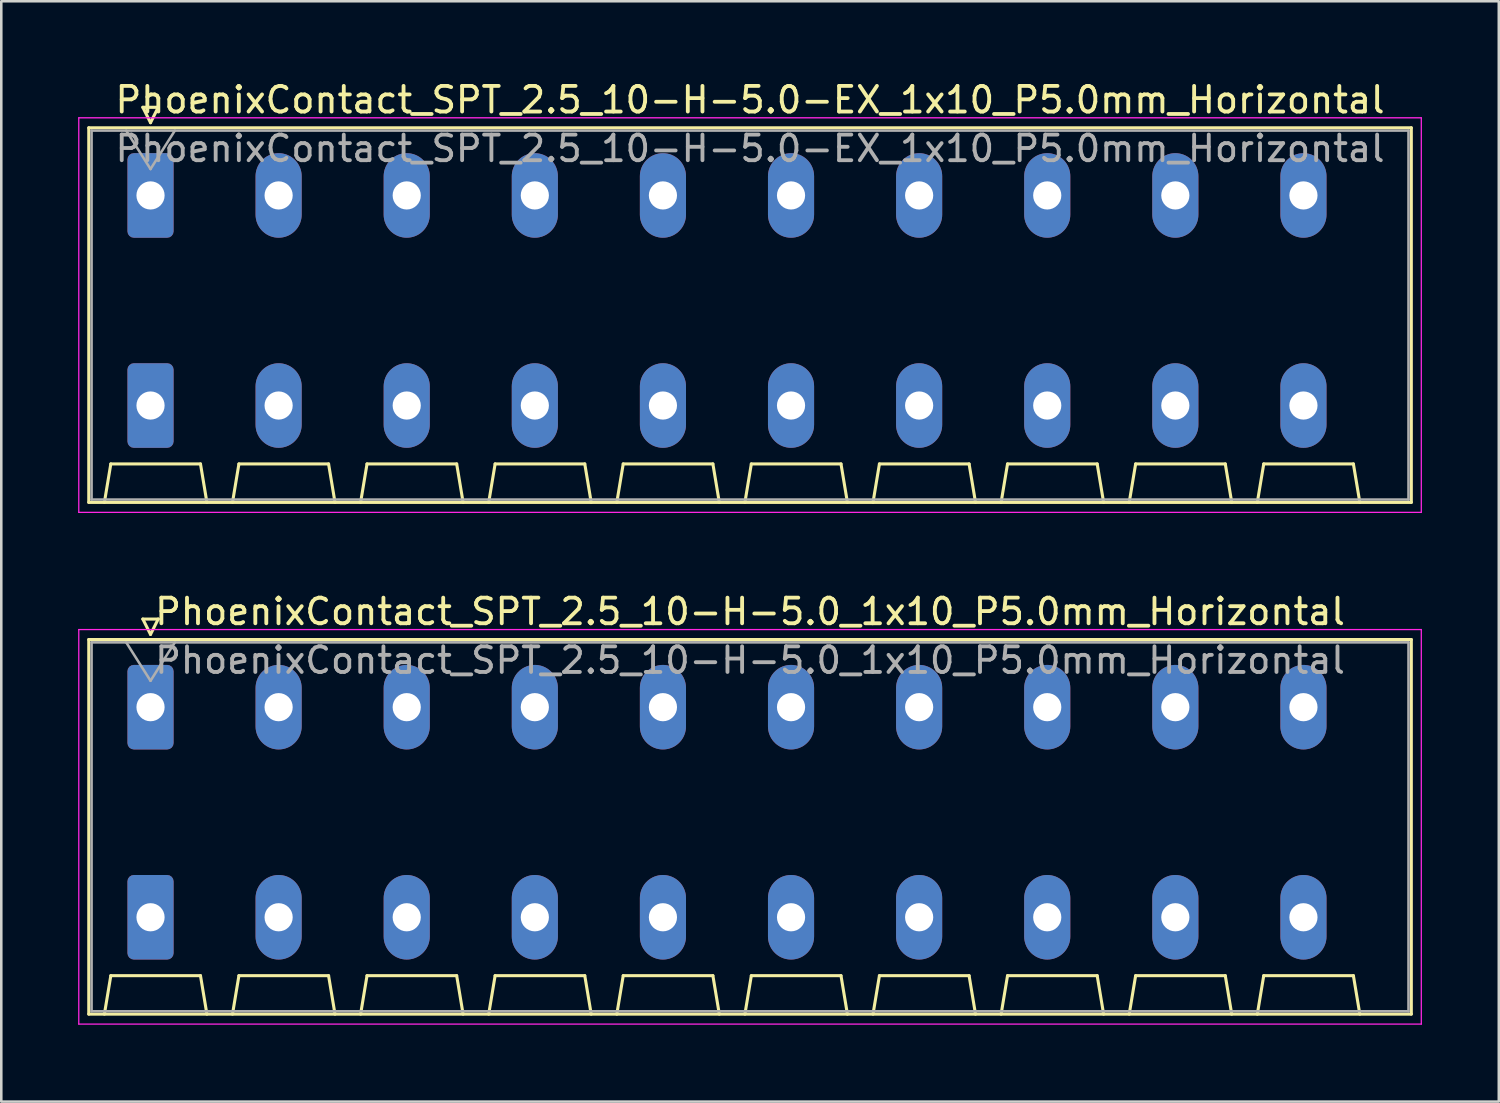
<source format=kicad_pcb>
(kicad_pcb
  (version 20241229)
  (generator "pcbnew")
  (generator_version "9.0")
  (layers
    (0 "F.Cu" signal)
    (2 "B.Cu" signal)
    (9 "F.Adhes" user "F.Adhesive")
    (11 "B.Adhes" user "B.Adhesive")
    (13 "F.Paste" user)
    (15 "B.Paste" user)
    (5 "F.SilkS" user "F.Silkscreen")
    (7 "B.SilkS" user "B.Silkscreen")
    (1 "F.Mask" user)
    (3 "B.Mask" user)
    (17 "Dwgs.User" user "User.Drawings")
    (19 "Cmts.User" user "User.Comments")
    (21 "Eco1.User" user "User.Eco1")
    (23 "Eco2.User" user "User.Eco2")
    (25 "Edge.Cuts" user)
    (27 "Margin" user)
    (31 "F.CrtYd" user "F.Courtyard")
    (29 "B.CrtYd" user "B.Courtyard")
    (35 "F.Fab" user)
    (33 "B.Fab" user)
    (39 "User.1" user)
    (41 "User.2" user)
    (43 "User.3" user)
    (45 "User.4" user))
  (footprint "PhoenixContact_SPT_2.5_10-H-5.0_1x10_P5.0mm_Horizontal"
    (layer "F.Cu")
    (at 2.825 24.552)
    (property "Reference" "PhoenixContact_SPT_2.5_10-H-5.0_1x10_P5.0mm_Horizontal" (at 23.4 -3.73 0) (layer "F.SilkS") (effects (font (size 1 1) (thickness 0.15))))
    (attr through_hole)
    (fp_line (start -2.41 -2.64) (end 49.21 -2.64) (stroke (width 0.12) (type solid)) (layer "F.SilkS"))
    (fp_line (start -2.41 11.98) (end -2.41 -2.64) (stroke (width 0.12) (type solid)) (layer "F.SilkS"))
    (fp_line (start -1.8 11.98) (end -1.55 10.48) (stroke (width 0.12) (type solid)) (layer "F.SilkS"))
    (fp_line (start -1.55 10.48) (end 1.95 10.48) (stroke (width 0.12) (type solid)) (layer "F.SilkS"))
    (fp_line (start -0.3 -3.44) (end 0 -2.84) (stroke (width 0.12) (type solid)) (layer "F.SilkS"))
    (fp_line (start -0.3 -3.44) (end 0.3 -3.44) (stroke (width 0.12) (type solid)) (layer "F.SilkS"))
    (fp_line (start 0.3 -3.44) (end 0 -2.84) (stroke (width 0.12) (type solid)) (layer "F.SilkS"))
    (fp_line (start 2.2 11.98) (end 1.95 10.48) (stroke (width 0.12) (type solid)) (layer "F.SilkS"))
    (fp_line (start 3.2 11.98) (end 3.45 10.48) (stroke (width 0.12) (type solid)) (layer "F.SilkS"))
    (fp_line (start 3.45 10.48) (end 6.95 10.48) (stroke (width 0.12) (type solid)) (layer "F.SilkS"))
    (fp_line (start 7.2 11.98) (end 6.95 10.48) (stroke (width 0.12) (type solid)) (layer "F.SilkS"))
    (fp_line (start 8.2 11.98) (end 8.45 10.48) (stroke (width 0.12) (type solid)) (layer "F.SilkS"))
    (fp_line (start 8.45 10.48) (end 11.95 10.48) (stroke (width 0.12) (type solid)) (layer "F.SilkS"))
    (fp_line (start 12.2 11.98) (end 11.95 10.48) (stroke (width 0.12) (type solid)) (layer "F.SilkS"))
    (fp_line (start 13.2 11.98) (end 13.45 10.48) (stroke (width 0.12) (type solid)) (layer "F.SilkS"))
    (fp_line (start 13.45 10.48) (end 16.95 10.48) (stroke (width 0.12) (type solid)) (layer "F.SilkS"))
    (fp_line (start 17.2 11.98) (end 16.95 10.48) (stroke (width 0.12) (type solid)) (layer "F.SilkS"))
    (fp_line (start 18.2 11.98) (end 18.45 10.48) (stroke (width 0.12) (type solid)) (layer "F.SilkS"))
    (fp_line (start 18.45 10.48) (end 21.95 10.48) (stroke (width 0.12) (type solid)) (layer "F.SilkS"))
    (fp_line (start 22.2 11.98) (end 21.95 10.48) (stroke (width 0.12) (type solid)) (layer "F.SilkS"))
    (fp_line (start 23.2 11.98) (end 23.45 10.48) (stroke (width 0.12) (type solid)) (layer "F.SilkS"))
    (fp_line (start 23.45 10.48) (end 26.95 10.48) (stroke (width 0.12) (type solid)) (layer "F.SilkS"))
    (fp_line (start 27.2 11.98) (end 26.95 10.48) (stroke (width 0.12) (type solid)) (layer "F.SilkS"))
    (fp_line (start 28.2 11.98) (end 28.45 10.48) (stroke (width 0.12) (type solid)) (layer "F.SilkS"))
    (fp_line (start 28.45 10.48) (end 31.95 10.48) (stroke (width 0.12) (type solid)) (layer "F.SilkS"))
    (fp_line (start 32.2 11.98) (end 31.95 10.48) (stroke (width 0.12) (type solid)) (layer "F.SilkS"))
    (fp_line (start 33.2 11.98) (end 33.45 10.48) (stroke (width 0.12) (type solid)) (layer "F.SilkS"))
    (fp_line (start 33.45 10.48) (end 36.95 10.48) (stroke (width 0.12) (type solid)) (layer "F.SilkS"))
    (fp_line (start 37.2 11.98) (end 36.95 10.48) (stroke (width 0.12) (type solid)) (layer "F.SilkS"))
    (fp_line (start 38.2 11.98) (end 38.45 10.48) (stroke (width 0.12) (type solid)) (layer "F.SilkS"))
    (fp_line (start 38.45 10.48) (end 41.95 10.48) (stroke (width 0.12) (type solid)) (layer "F.SilkS"))
    (fp_line (start 42.2 11.98) (end 41.95 10.48) (stroke (width 0.12) (type solid)) (layer "F.SilkS"))
    (fp_line (start 43.2 11.98) (end 43.45 10.48) (stroke (width 0.12) (type solid)) (layer "F.SilkS"))
    (fp_line (start 43.45 10.48) (end 46.95 10.48) (stroke (width 0.12) (type solid)) (layer "F.SilkS"))
    (fp_line (start 47.2 11.98) (end 46.95 10.48) (stroke (width 0.12) (type solid)) (layer "F.SilkS"))
    (fp_line (start 49.21 -2.64) (end 49.21 11.98) (stroke (width 0.12) (type solid)) (layer "F.SilkS"))
    (fp_line (start 49.21 11.98) (end -2.41 11.98) (stroke (width 0.12) (type solid)) (layer "F.SilkS"))
    (fp_line (start -2.8 -3.03) (end -2.8 12.37) (stroke (width 0.05) (type solid)) (layer "F.CrtYd"))
    (fp_line (start -2.8 12.37) (end 49.6 12.37) (stroke (width 0.05) (type solid)) (layer "F.CrtYd"))
    (fp_line (start 49.6 -3.03) (end -2.8 -3.03) (stroke (width 0.05) (type solid)) (layer "F.CrtYd"))
    (fp_line (start 49.6 12.37) (end 49.6 -3.03) (stroke (width 0.05) (type solid)) (layer "F.CrtYd"))
    (fp_line (start -2.3 -2.53) (end -2.3 11.87) (stroke (width 0.1) (type solid)) (layer "F.Fab"))
    (fp_line (start -2.3 11.87) (end 49.1 11.87) (stroke (width 0.1) (type solid)) (layer "F.Fab"))
    (fp_line (start -0.95 -2.53) (end 0 -1.03) (stroke (width 0.1) (type solid)) (layer "F.Fab"))
    (fp_line (start 0.95 -2.53) (end 0 -1.03) (stroke (width 0.1) (type solid)) (layer "F.Fab"))
    (fp_line (start 49.1 -2.53) (end -2.3 -2.53) (stroke (width 0.1) (type solid)) (layer "F.Fab"))
    (fp_line (start 49.1 11.87) (end 49.1 -2.53) (stroke (width 0.1) (type solid)) (layer "F.Fab"))
    (fp_text user "${REFERENCE}" (at 23.4 -1.83 0) (layer "F.Fab") (effects (font (size 1 1) (thickness 0.15))))
    (pad "1" thru_hole roundrect (at 0 0) (size 1.8 3.3) (drill 1.1) (layers "*.Cu" "*.Mask") (roundrect_rratio 0.139))
    (pad "1" thru_hole roundrect (at 0 8.2) (size 1.8 3.3) (drill 1.1) (layers "*.Cu" "*.Mask") (roundrect_rratio 0.139))
    (pad "2" thru_hole oval (at 5 0) (size 1.8 3.3) (drill 1.1) (layers "*.Cu" "*.Mask"))
    (pad "2" thru_hole oval (at 5 8.2) (size 1.8 3.3) (drill 1.1) (layers "*.Cu" "*.Mask"))
    (pad "3" thru_hole oval (at 10 0) (size 1.8 3.3) (drill 1.1) (layers "*.Cu" "*.Mask"))
    (pad "3" thru_hole oval (at 10 8.2) (size 1.8 3.3) (drill 1.1) (layers "*.Cu" "*.Mask"))
    (pad "4" thru_hole oval (at 15 0) (size 1.8 3.3) (drill 1.1) (layers "*.Cu" "*.Mask"))
    (pad "4" thru_hole oval (at 15 8.2) (size 1.8 3.3) (drill 1.1) (layers "*.Cu" "*.Mask"))
    (pad "5" thru_hole oval (at 20 0) (size 1.8 3.3) (drill 1.1) (layers "*.Cu" "*.Mask"))
    (pad "5" thru_hole oval (at 20 8.2) (size 1.8 3.3) (drill 1.1) (layers "*.Cu" "*.Mask"))
    (pad "6" thru_hole oval (at 25 0) (size 1.8 3.3) (drill 1.1) (layers "*.Cu" "*.Mask"))
    (pad "6" thru_hole oval (at 25 8.2) (size 1.8 3.3) (drill 1.1) (layers "*.Cu" "*.Mask"))
    (pad "7" thru_hole oval (at 30 0) (size 1.8 3.3) (drill 1.1) (layers "*.Cu" "*.Mask"))
    (pad "7" thru_hole oval (at 30 8.2) (size 1.8 3.3) (drill 1.1) (layers "*.Cu" "*.Mask"))
    (pad "8" thru_hole oval (at 35 0) (size 1.8 3.3) (drill 1.1) (layers "*.Cu" "*.Mask"))
    (pad "8" thru_hole oval (at 35 8.2) (size 1.8 3.3) (drill 1.1) (layers "*.Cu" "*.Mask"))
    (pad "9" thru_hole oval (at 40 0) (size 1.8 3.3) (drill 1.1) (layers "*.Cu" "*.Mask"))
    (pad "9" thru_hole oval (at 40 8.2) (size 1.8 3.3) (drill 1.1) (layers "*.Cu" "*.Mask"))
    (pad "10" thru_hole oval (at 45 0) (size 1.8 3.3) (drill 1.1) (layers "*.Cu" "*.Mask"))
    (pad "10" thru_hole oval (at 45 8.2) (size 1.8 3.3) (drill 1.1) (layers "*.Cu" "*.Mask")))
  (footprint "PhoenixContact_SPT_2.5_10-H-5.0-EX_1x10_P5.0mm_Horizontal"
    (layer "F.Cu")
    (at 2.825 4.578)
    (property "Reference" "PhoenixContact_SPT_2.5_10-H-5.0-EX_1x10_P5.0mm_Horizontal" (at 23.4 -3.73 0) (layer "F.SilkS") (effects (font (size 1 1) (thickness 0.15))))
    (attr through_hole)
    (fp_line (start -2.41 -2.64) (end 49.21 -2.64) (stroke (width 0.12) (type solid)) (layer "F.SilkS"))
    (fp_line (start -2.41 11.98) (end -2.41 -2.64) (stroke (width 0.12) (type solid)) (layer "F.SilkS"))
    (fp_line (start -1.8 11.98) (end -1.55 10.48) (stroke (width 0.12) (type solid)) (layer "F.SilkS"))
    (fp_line (start -1.55 10.48) (end 1.95 10.48) (stroke (width 0.12) (type solid)) (layer "F.SilkS"))
    (fp_line (start -0.3 -3.44) (end 0 -2.84) (stroke (width 0.12) (type solid)) (layer "F.SilkS"))
    (fp_line (start -0.3 -3.44) (end 0.3 -3.44) (stroke (width 0.12) (type solid)) (layer "F.SilkS"))
    (fp_line (start 0.3 -3.44) (end 0 -2.84) (stroke (width 0.12) (type solid)) (layer "F.SilkS"))
    (fp_line (start 2.2 11.98) (end 1.95 10.48) (stroke (width 0.12) (type solid)) (layer "F.SilkS"))
    (fp_line (start 3.2 11.98) (end 3.45 10.48) (stroke (width 0.12) (type solid)) (layer "F.SilkS"))
    (fp_line (start 3.45 10.48) (end 6.95 10.48) (stroke (width 0.12) (type solid)) (layer "F.SilkS"))
    (fp_line (start 7.2 11.98) (end 6.95 10.48) (stroke (width 0.12) (type solid)) (layer "F.SilkS"))
    (fp_line (start 8.2 11.98) (end 8.45 10.48) (stroke (width 0.12) (type solid)) (layer "F.SilkS"))
    (fp_line (start 8.45 10.48) (end 11.95 10.48) (stroke (width 0.12) (type solid)) (layer "F.SilkS"))
    (fp_line (start 12.2 11.98) (end 11.95 10.48) (stroke (width 0.12) (type solid)) (layer "F.SilkS"))
    (fp_line (start 13.2 11.98) (end 13.45 10.48) (stroke (width 0.12) (type solid)) (layer "F.SilkS"))
    (fp_line (start 13.45 10.48) (end 16.95 10.48) (stroke (width 0.12) (type solid)) (layer "F.SilkS"))
    (fp_line (start 17.2 11.98) (end 16.95 10.48) (stroke (width 0.12) (type solid)) (layer "F.SilkS"))
    (fp_line (start 18.2 11.98) (end 18.45 10.48) (stroke (width 0.12) (type solid)) (layer "F.SilkS"))
    (fp_line (start 18.45 10.48) (end 21.95 10.48) (stroke (width 0.12) (type solid)) (layer "F.SilkS"))
    (fp_line (start 22.2 11.98) (end 21.95 10.48) (stroke (width 0.12) (type solid)) (layer "F.SilkS"))
    (fp_line (start 23.2 11.98) (end 23.45 10.48) (stroke (width 0.12) (type solid)) (layer "F.SilkS"))
    (fp_line (start 23.45 10.48) (end 26.95 10.48) (stroke (width 0.12) (type solid)) (layer "F.SilkS"))
    (fp_line (start 27.2 11.98) (end 26.95 10.48) (stroke (width 0.12) (type solid)) (layer "F.SilkS"))
    (fp_line (start 28.2 11.98) (end 28.45 10.48) (stroke (width 0.12) (type solid)) (layer "F.SilkS"))
    (fp_line (start 28.45 10.48) (end 31.95 10.48) (stroke (width 0.12) (type solid)) (layer "F.SilkS"))
    (fp_line (start 32.2 11.98) (end 31.95 10.48) (stroke (width 0.12) (type solid)) (layer "F.SilkS"))
    (fp_line (start 33.2 11.98) (end 33.45 10.48) (stroke (width 0.12) (type solid)) (layer "F.SilkS"))
    (fp_line (start 33.45 10.48) (end 36.95 10.48) (stroke (width 0.12) (type solid)) (layer "F.SilkS"))
    (fp_line (start 37.2 11.98) (end 36.95 10.48) (stroke (width 0.12) (type solid)) (layer "F.SilkS"))
    (fp_line (start 38.2 11.98) (end 38.45 10.48) (stroke (width 0.12) (type solid)) (layer "F.SilkS"))
    (fp_line (start 38.45 10.48) (end 41.95 10.48) (stroke (width 0.12) (type solid)) (layer "F.SilkS"))
    (fp_line (start 42.2 11.98) (end 41.95 10.48) (stroke (width 0.12) (type solid)) (layer "F.SilkS"))
    (fp_line (start 43.2 11.98) (end 43.45 10.48) (stroke (width 0.12) (type solid)) (layer "F.SilkS"))
    (fp_line (start 43.45 10.48) (end 46.95 10.48) (stroke (width 0.12) (type solid)) (layer "F.SilkS"))
    (fp_line (start 47.2 11.98) (end 46.95 10.48) (stroke (width 0.12) (type solid)) (layer "F.SilkS"))
    (fp_line (start 49.21 -2.64) (end 49.21 11.98) (stroke (width 0.12) (type solid)) (layer "F.SilkS"))
    (fp_line (start 49.21 11.98) (end -2.41 11.98) (stroke (width 0.12) (type solid)) (layer "F.SilkS"))
    (fp_line (start -2.8 -3.03) (end -2.8 12.37) (stroke (width 0.05) (type solid)) (layer "F.CrtYd"))
    (fp_line (start -2.8 12.37) (end 49.6 12.37) (stroke (width 0.05) (type solid)) (layer "F.CrtYd"))
    (fp_line (start 49.6 -3.03) (end -2.8 -3.03) (stroke (width 0.05) (type solid)) (layer "F.CrtYd"))
    (fp_line (start 49.6 12.37) (end 49.6 -3.03) (stroke (width 0.05) (type solid)) (layer "F.CrtYd"))
    (fp_line (start -2.3 -2.53) (end -2.3 11.87) (stroke (width 0.1) (type solid)) (layer "F.Fab"))
    (fp_line (start -2.3 11.87) (end 49.1 11.87) (stroke (width 0.1) (type solid)) (layer "F.Fab"))
    (fp_line (start -0.95 -2.53) (end 0 -1.03) (stroke (width 0.1) (type solid)) (layer "F.Fab"))
    (fp_line (start 0.95 -2.53) (end 0 -1.03) (stroke (width 0.1) (type solid)) (layer "F.Fab"))
    (fp_line (start 49.1 -2.53) (end -2.3 -2.53) (stroke (width 0.1) (type solid)) (layer "F.Fab"))
    (fp_line (start 49.1 11.87) (end 49.1 -2.53) (stroke (width 0.1) (type solid)) (layer "F.Fab"))
    (fp_text user "${REFERENCE}" (at 23.4 -1.83 0) (layer "F.Fab") (effects (font (size 1 1) (thickness 0.15))))
    (pad "1" thru_hole roundrect (at 0 0) (size 1.8 3.3) (drill 1.1) (layers "*.Cu" "*.Mask") (roundrect_rratio 0.139))
    (pad "1" thru_hole roundrect (at 0 8.2) (size 1.8 3.3) (drill 1.1) (layers "*.Cu" "*.Mask") (roundrect_rratio 0.139))
    (pad "2" thru_hole oval (at 5 0) (size 1.8 3.3) (drill 1.1) (layers "*.Cu" "*.Mask"))
    (pad "2" thru_hole oval (at 5 8.2) (size 1.8 3.3) (drill 1.1) (layers "*.Cu" "*.Mask"))
    (pad "3" thru_hole oval (at 10 0) (size 1.8 3.3) (drill 1.1) (layers "*.Cu" "*.Mask"))
    (pad "3" thru_hole oval (at 10 8.2) (size 1.8 3.3) (drill 1.1) (layers "*.Cu" "*.Mask"))
    (pad "4" thru_hole oval (at 15 0) (size 1.8 3.3) (drill 1.1) (layers "*.Cu" "*.Mask"))
    (pad "4" thru_hole oval (at 15 8.2) (size 1.8 3.3) (drill 1.1) (layers "*.Cu" "*.Mask"))
    (pad "5" thru_hole oval (at 20 0) (size 1.8 3.3) (drill 1.1) (layers "*.Cu" "*.Mask"))
    (pad "5" thru_hole oval (at 20 8.2) (size 1.8 3.3) (drill 1.1) (layers "*.Cu" "*.Mask"))
    (pad "6" thru_hole oval (at 25 0) (size 1.8 3.3) (drill 1.1) (layers "*.Cu" "*.Mask"))
    (pad "6" thru_hole oval (at 25 8.2) (size 1.8 3.3) (drill 1.1) (layers "*.Cu" "*.Mask"))
    (pad "7" thru_hole oval (at 30 0) (size 1.8 3.3) (drill 1.1) (layers "*.Cu" "*.Mask"))
    (pad "7" thru_hole oval (at 30 8.2) (size 1.8 3.3) (drill 1.1) (layers "*.Cu" "*.Mask"))
    (pad "8" thru_hole oval (at 35 0) (size 1.8 3.3) (drill 1.1) (layers "*.Cu" "*.Mask"))
    (pad "8" thru_hole oval (at 35 8.2) (size 1.8 3.3) (drill 1.1) (layers "*.Cu" "*.Mask"))
    (pad "9" thru_hole oval (at 40 0) (size 1.8 3.3) (drill 1.1) (layers "*.Cu" "*.Mask"))
    (pad "9" thru_hole oval (at 40 8.2) (size 1.8 3.3) (drill 1.1) (layers "*.Cu" "*.Mask"))
    (pad "10" thru_hole oval (at 45 0) (size 1.8 3.3) (drill 1.1) (layers "*.Cu" "*.Mask"))
    (pad "10" thru_hole oval (at 45 8.2) (size 1.8 3.3) (drill 1.1) (layers "*.Cu" "*.Mask")))
  (gr_rect
    (start -3 -3)
    (end 55.45 39.947)
    (stroke (width 0.1) (type default))
    (fill no)
    (layer "Edge.Cuts")))
</source>
